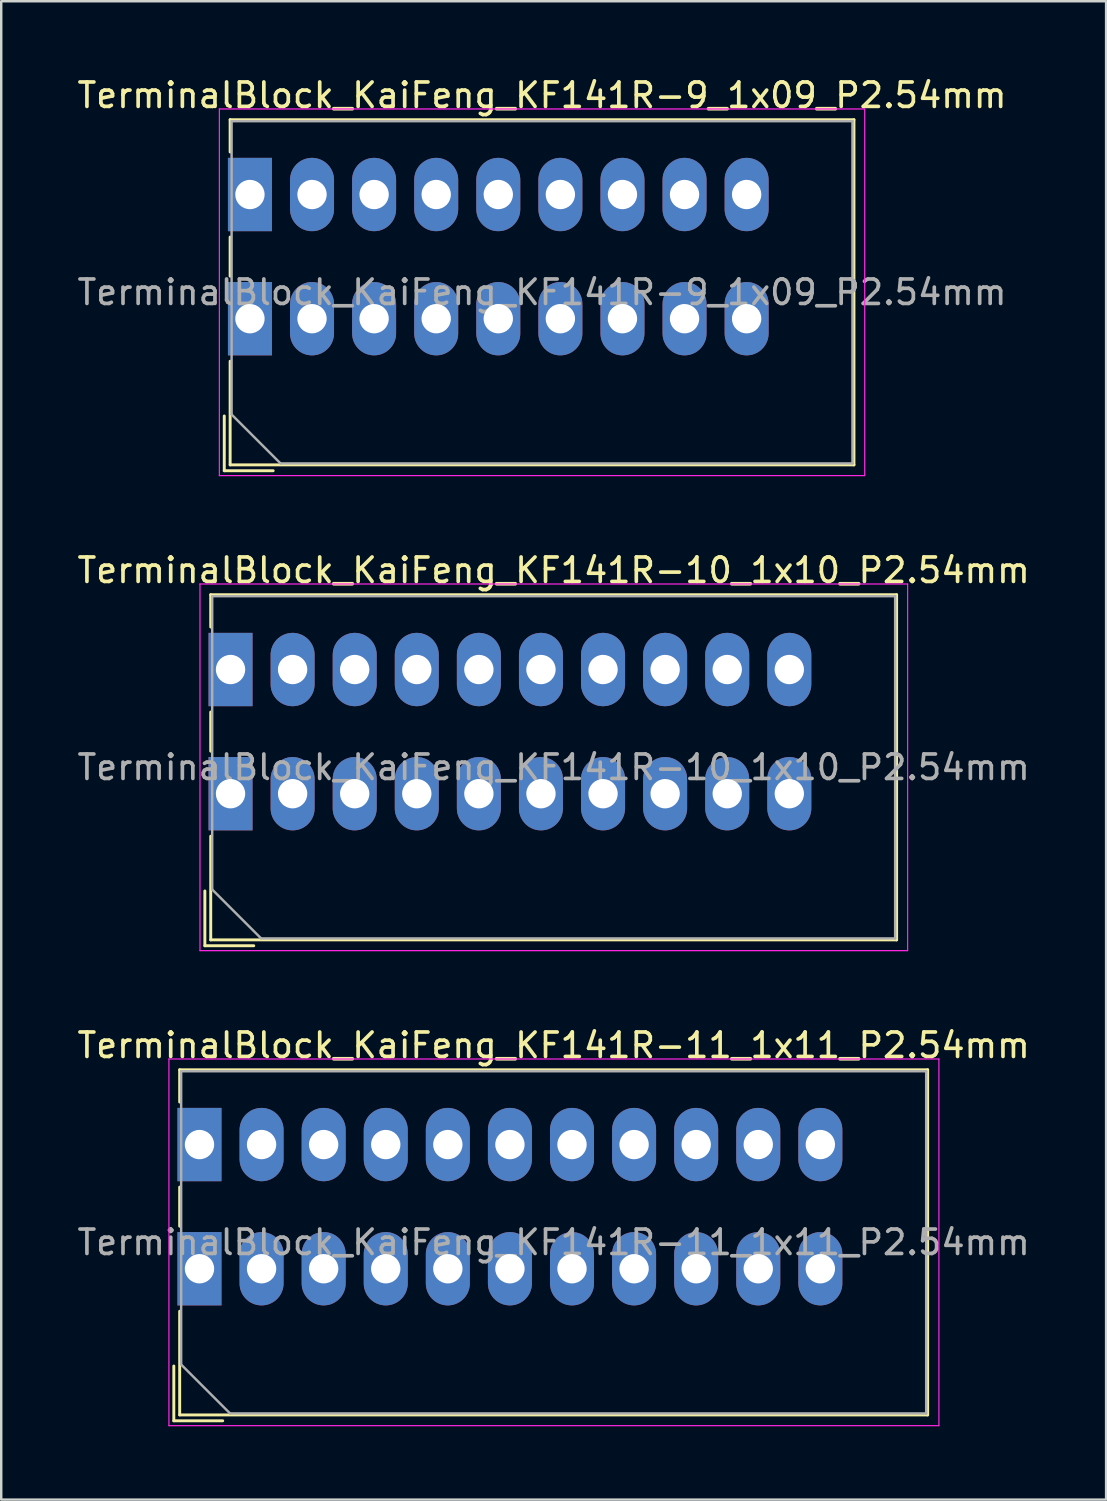
<source format=kicad_pcb>
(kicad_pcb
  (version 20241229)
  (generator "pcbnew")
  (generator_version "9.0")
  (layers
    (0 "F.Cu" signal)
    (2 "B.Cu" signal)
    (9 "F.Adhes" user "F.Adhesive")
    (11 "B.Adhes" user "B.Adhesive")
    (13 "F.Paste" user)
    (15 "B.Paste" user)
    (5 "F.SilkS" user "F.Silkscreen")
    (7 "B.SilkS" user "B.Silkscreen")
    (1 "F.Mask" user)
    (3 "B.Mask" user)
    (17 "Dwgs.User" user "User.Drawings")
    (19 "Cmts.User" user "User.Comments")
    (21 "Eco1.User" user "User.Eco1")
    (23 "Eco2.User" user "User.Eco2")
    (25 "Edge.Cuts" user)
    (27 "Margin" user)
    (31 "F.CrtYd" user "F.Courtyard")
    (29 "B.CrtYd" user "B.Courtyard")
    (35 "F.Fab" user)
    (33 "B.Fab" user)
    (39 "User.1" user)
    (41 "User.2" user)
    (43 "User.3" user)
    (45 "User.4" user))
  (footprint "TerminalBlock_KaiFeng_KF141R-11_1x11_P2.54mm"
    (layer "F.Cu")
    (at 5.111 43.775)
    (property "Reference" "TerminalBlock_KaiFeng_KF141R-11_1x11_P2.54mm" (at 14.49 -4.06 0) (layer "F.SilkS") (effects (font (size 1 1) (thickness 0.15))))
    (attr through_hole)
    (fp_line (start -1.05 9.06) (end -1.05 11.3) (stroke (width 0.12) (type solid)) (layer "F.SilkS"))
    (fp_line (start -1.05 11.3) (end 0.95 11.3) (stroke (width 0.12) (type solid)) (layer "F.SilkS"))
    (fp_line (start -0.81 -3.06) (end -0.81 -1.74) (stroke (width 0.12) (type solid)) (layer "F.SilkS"))
    (fp_line (start -0.81 -3.06) (end 29.79 -3.06) (stroke (width 0.12) (type solid)) (layer "F.SilkS"))
    (fp_line (start -0.81 1.74) (end -0.81 3.34) (stroke (width 0.12) (type solid)) (layer "F.SilkS"))
    (fp_line (start -0.81 6.82) (end -0.81 11.06) (stroke (width 0.12) (type solid)) (layer "F.SilkS"))
    (fp_line (start -0.81 11.06) (end 29.79 11.06) (stroke (width 0.12) (type solid)) (layer "F.SilkS"))
    (fp_line (start 29.79 -3.06) (end 29.79 11.06) (stroke (width 0.12) (type solid)) (layer "F.SilkS"))
    (fp_line (start -1.25 -3.5) (end -1.25 11.5) (stroke (width 0.05) (type solid)) (layer "F.CrtYd"))
    (fp_line (start -1.25 11.5) (end 30.25 11.5) (stroke (width 0.05) (type solid)) (layer "F.CrtYd"))
    (fp_line (start 30.25 -3.5) (end -1.25 -3.5) (stroke (width 0.05) (type solid)) (layer "F.CrtYd"))
    (fp_line (start 30.25 11.5) (end 30.25 -3.5) (stroke (width 0.05) (type solid)) (layer "F.CrtYd"))
    (fp_line (start -0.75 -3) (end 29.73 -3) (stroke (width 0.1) (type solid)) (layer "F.Fab"))
    (fp_line (start -0.75 9) (end -0.75 -3) (stroke (width 0.1) (type solid)) (layer "F.Fab"))
    (fp_line (start 1.25 11) (end -0.75 9) (stroke (width 0.1) (type solid)) (layer "F.Fab"))
    (fp_line (start 29.73 -3) (end 29.73 11) (stroke (width 0.1) (type solid)) (layer "F.Fab"))
    (fp_line (start 29.73 11) (end 1.25 11) (stroke (width 0.1) (type solid)) (layer "F.Fab"))
    (fp_text user "${REFERENCE}" (at 14.49 4 0) (layer "F.Fab") (effects (font (size 1 1) (thickness 0.15))))
    (pad "1" thru_hole rect (at 0 0) (size 1.8 3) (drill 1.2) (layers "*.Cu" "*.Mask"))
    (pad "1" thru_hole rect (at 0 5.08) (size 1.8 3) (drill 1.2) (layers "*.Cu" "*.Mask"))
    (pad "2" thru_hole oval (at 2.54 0) (size 1.8 3) (drill 1.2) (layers "*.Cu" "*.Mask"))
    (pad "2" thru_hole oval (at 2.54 5.08) (size 1.8 3) (drill 1.2) (layers "*.Cu" "*.Mask"))
    (pad "3" thru_hole oval (at 5.08 0) (size 1.8 3) (drill 1.2) (layers "*.Cu" "*.Mask"))
    (pad "3" thru_hole oval (at 5.08 5.08) (size 1.8 3) (drill 1.2) (layers "*.Cu" "*.Mask"))
    (pad "4" thru_hole oval (at 7.62 0) (size 1.8 3) (drill 1.2) (layers "*.Cu" "*.Mask"))
    (pad "4" thru_hole oval (at 7.62 5.08) (size 1.8 3) (drill 1.2) (layers "*.Cu" "*.Mask"))
    (pad "5" thru_hole oval (at 10.16 0) (size 1.8 3) (drill 1.2) (layers "*.Cu" "*.Mask"))
    (pad "5" thru_hole oval (at 10.16 5.08) (size 1.8 3) (drill 1.2) (layers "*.Cu" "*.Mask"))
    (pad "6" thru_hole oval (at 12.7 0) (size 1.8 3) (drill 1.2) (layers "*.Cu" "*.Mask"))
    (pad "6" thru_hole oval (at 12.7 5.08) (size 1.8 3) (drill 1.2) (layers "*.Cu" "*.Mask"))
    (pad "7" thru_hole oval (at 15.24 0) (size 1.8 3) (drill 1.2) (layers "*.Cu" "*.Mask"))
    (pad "7" thru_hole oval (at 15.24 5.08) (size 1.8 3) (drill 1.2) (layers "*.Cu" "*.Mask"))
    (pad "8" thru_hole oval (at 17.78 0) (size 1.8 3) (drill 1.2) (layers "*.Cu" "*.Mask"))
    (pad "8" thru_hole oval (at 17.78 5.08) (size 1.8 3) (drill 1.2) (layers "*.Cu" "*.Mask"))
    (pad "9" thru_hole oval (at 20.32 0) (size 1.8 3) (drill 1.2) (layers "*.Cu" "*.Mask"))
    (pad "9" thru_hole oval (at 20.32 5.08) (size 1.8 3) (drill 1.2) (layers "*.Cu" "*.Mask"))
    (pad "10" thru_hole oval (at 22.86 0) (size 1.8 3) (drill 1.2) (layers "*.Cu" "*.Mask"))
    (pad "10" thru_hole oval (at 22.86 5.08) (size 1.8 3) (drill 1.2) (layers "*.Cu" "*.Mask"))
    (pad "11" thru_hole oval (at 25.4 0) (size 1.8 3) (drill 1.2) (layers "*.Cu" "*.Mask"))
    (pad "11" thru_hole oval (at 25.4 5.08) (size 1.8 3) (drill 1.2) (layers "*.Cu" "*.Mask")))
  (footprint "TerminalBlock_KaiFeng_KF141R-9_1x09_P2.54mm"
    (layer "F.Cu")
    (at 7.175 4.908)
    (property "Reference" "TerminalBlock_KaiFeng_KF141R-9_1x09_P2.54mm" (at 11.95 -4.06 0) (layer "F.SilkS") (effects (font (size 1 1) (thickness 0.15))))
    (attr through_hole)
    (fp_line (start -1.05 9.06) (end -1.05 11.3) (stroke (width 0.12) (type solid)) (layer "F.SilkS"))
    (fp_line (start -1.05 11.3) (end 0.95 11.3) (stroke (width 0.12) (type solid)) (layer "F.SilkS"))
    (fp_line (start -0.81 -3.06) (end -0.81 -1.74) (stroke (width 0.12) (type solid)) (layer "F.SilkS"))
    (fp_line (start -0.81 -3.06) (end 24.71 -3.06) (stroke (width 0.12) (type solid)) (layer "F.SilkS"))
    (fp_line (start -0.81 1.74) (end -0.81 3.34) (stroke (width 0.12) (type solid)) (layer "F.SilkS"))
    (fp_line (start -0.81 6.82) (end -0.81 11.06) (stroke (width 0.12) (type solid)) (layer "F.SilkS"))
    (fp_line (start -0.81 11.06) (end 24.71 11.06) (stroke (width 0.12) (type solid)) (layer "F.SilkS"))
    (fp_line (start 24.71 -3.06) (end 24.71 11.06) (stroke (width 0.12) (type solid)) (layer "F.SilkS"))
    (fp_line (start -1.25 -3.5) (end -1.25 11.5) (stroke (width 0.05) (type solid)) (layer "F.CrtYd"))
    (fp_line (start -1.25 11.5) (end 25.15 11.5) (stroke (width 0.05) (type solid)) (layer "F.CrtYd"))
    (fp_line (start 25.15 -3.5) (end -1.25 -3.5) (stroke (width 0.05) (type solid)) (layer "F.CrtYd"))
    (fp_line (start 25.15 11.5) (end 25.15 -3.5) (stroke (width 0.05) (type solid)) (layer "F.CrtYd"))
    (fp_line (start -0.75 -3) (end 24.65 -3) (stroke (width 0.1) (type solid)) (layer "F.Fab"))
    (fp_line (start -0.75 9) (end -0.75 -3) (stroke (width 0.1) (type solid)) (layer "F.Fab"))
    (fp_line (start 1.25 11) (end -0.75 9) (stroke (width 0.1) (type solid)) (layer "F.Fab"))
    (fp_line (start 24.65 -3) (end 24.65 11) (stroke (width 0.1) (type solid)) (layer "F.Fab"))
    (fp_line (start 24.65 11) (end 1.25 11) (stroke (width 0.1) (type solid)) (layer "F.Fab"))
    (fp_text user "${REFERENCE}" (at 11.95 4 0) (layer "F.Fab") (effects (font (size 1 1) (thickness 0.15))))
    (pad "1" thru_hole rect (at 0 0) (size 1.8 3) (drill 1.2) (layers "*.Cu" "*.Mask"))
    (pad "1" thru_hole rect (at 0 5.08) (size 1.8 3) (drill 1.2) (layers "*.Cu" "*.Mask"))
    (pad "2" thru_hole oval (at 2.54 0) (size 1.8 3) (drill 1.2) (layers "*.Cu" "*.Mask"))
    (pad "2" thru_hole oval (at 2.54 5.08) (size 1.8 3) (drill 1.2) (layers "*.Cu" "*.Mask"))
    (pad "3" thru_hole oval (at 5.08 0) (size 1.8 3) (drill 1.2) (layers "*.Cu" "*.Mask"))
    (pad "3" thru_hole oval (at 5.08 5.08) (size 1.8 3) (drill 1.2) (layers "*.Cu" "*.Mask"))
    (pad "4" thru_hole oval (at 7.62 0) (size 1.8 3) (drill 1.2) (layers "*.Cu" "*.Mask"))
    (pad "4" thru_hole oval (at 7.62 5.08) (size 1.8 3) (drill 1.2) (layers "*.Cu" "*.Mask"))
    (pad "5" thru_hole oval (at 10.16 0) (size 1.8 3) (drill 1.2) (layers "*.Cu" "*.Mask"))
    (pad "5" thru_hole oval (at 10.16 5.08) (size 1.8 3) (drill 1.2) (layers "*.Cu" "*.Mask"))
    (pad "6" thru_hole oval (at 12.7 0) (size 1.8 3) (drill 1.2) (layers "*.Cu" "*.Mask"))
    (pad "6" thru_hole oval (at 12.7 5.08) (size 1.8 3) (drill 1.2) (layers "*.Cu" "*.Mask"))
    (pad "7" thru_hole oval (at 15.24 0) (size 1.8 3) (drill 1.2) (layers "*.Cu" "*.Mask"))
    (pad "7" thru_hole oval (at 15.24 5.08) (size 1.8 3) (drill 1.2) (layers "*.Cu" "*.Mask"))
    (pad "8" thru_hole oval (at 17.78 0) (size 1.8 3) (drill 1.2) (layers "*.Cu" "*.Mask"))
    (pad "8" thru_hole oval (at 17.78 5.08) (size 1.8 3) (drill 1.2) (layers "*.Cu" "*.Mask"))
    (pad "9" thru_hole oval (at 20.32 0) (size 1.8 3) (drill 1.2) (layers "*.Cu" "*.Mask"))
    (pad "9" thru_hole oval (at 20.32 5.08) (size 1.8 3) (drill 1.2) (layers "*.Cu" "*.Mask")))
  (footprint "TerminalBlock_KaiFeng_KF141R-10_1x10_P2.54mm"
    (layer "F.Cu")
    (at 6.381 24.341)
    (property "Reference" "TerminalBlock_KaiFeng_KF141R-10_1x10_P2.54mm" (at 13.22 -4.06 0) (layer "F.SilkS") (effects (font (size 1 1) (thickness 0.15))))
    (attr through_hole)
    (fp_line (start -1.05 9.06) (end -1.05 11.3) (stroke (width 0.12) (type solid)) (layer "F.SilkS"))
    (fp_line (start -1.05 11.3) (end 0.95 11.3) (stroke (width 0.12) (type solid)) (layer "F.SilkS"))
    (fp_line (start -0.81 -3.06) (end -0.81 -1.74) (stroke (width 0.12) (type solid)) (layer "F.SilkS"))
    (fp_line (start -0.81 -3.06) (end 27.25 -3.06) (stroke (width 0.12) (type solid)) (layer "F.SilkS"))
    (fp_line (start -0.81 1.74) (end -0.81 3.34) (stroke (width 0.12) (type solid)) (layer "F.SilkS"))
    (fp_line (start -0.81 6.82) (end -0.81 11.06) (stroke (width 0.12) (type solid)) (layer "F.SilkS"))
    (fp_line (start -0.81 11.06) (end 27.25 11.06) (stroke (width 0.12) (type solid)) (layer "F.SilkS"))
    (fp_line (start 27.25 -3.06) (end 27.25 11.06) (stroke (width 0.12) (type solid)) (layer "F.SilkS"))
    (fp_line (start -1.25 -3.5) (end -1.25 11.5) (stroke (width 0.05) (type solid)) (layer "F.CrtYd"))
    (fp_line (start -1.25 11.5) (end 27.7 11.5) (stroke (width 0.05) (type solid)) (layer "F.CrtYd"))
    (fp_line (start 27.7 -3.5) (end -1.25 -3.5) (stroke (width 0.05) (type solid)) (layer "F.CrtYd"))
    (fp_line (start 27.7 11.5) (end 27.7 -3.5) (stroke (width 0.05) (type solid)) (layer "F.CrtYd"))
    (fp_line (start -0.75 -3) (end 27.19 -3) (stroke (width 0.1) (type solid)) (layer "F.Fab"))
    (fp_line (start -0.75 9) (end -0.75 -3) (stroke (width 0.1) (type solid)) (layer "F.Fab"))
    (fp_line (start 1.25 11) (end -0.75 9) (stroke (width 0.1) (type solid)) (layer "F.Fab"))
    (fp_line (start 27.19 -3) (end 27.19 11) (stroke (width 0.1) (type solid)) (layer "F.Fab"))
    (fp_line (start 27.19 11) (end 1.25 11) (stroke (width 0.1) (type solid)) (layer "F.Fab"))
    (fp_text user "${REFERENCE}" (at 13.22 4 0) (layer "F.Fab") (effects (font (size 1 1) (thickness 0.15))))
    (pad "1" thru_hole rect (at 0 0) (size 1.8 3) (drill 1.2) (layers "*.Cu" "*.Mask"))
    (pad "1" thru_hole rect (at 0 5.08) (size 1.8 3) (drill 1.2) (layers "*.Cu" "*.Mask"))
    (pad "2" thru_hole oval (at 2.54 0) (size 1.8 3) (drill 1.2) (layers "*.Cu" "*.Mask"))
    (pad "2" thru_hole oval (at 2.54 5.08) (size 1.8 3) (drill 1.2) (layers "*.Cu" "*.Mask"))
    (pad "3" thru_hole oval (at 5.08 0) (size 1.8 3) (drill 1.2) (layers "*.Cu" "*.Mask"))
    (pad "3" thru_hole oval (at 5.08 5.08) (size 1.8 3) (drill 1.2) (layers "*.Cu" "*.Mask"))
    (pad "4" thru_hole oval (at 7.62 0) (size 1.8 3) (drill 1.2) (layers "*.Cu" "*.Mask"))
    (pad "4" thru_hole oval (at 7.62 5.08) (size 1.8 3) (drill 1.2) (layers "*.Cu" "*.Mask"))
    (pad "5" thru_hole oval (at 10.16 0) (size 1.8 3) (drill 1.2) (layers "*.Cu" "*.Mask"))
    (pad "5" thru_hole oval (at 10.16 5.08) (size 1.8 3) (drill 1.2) (layers "*.Cu" "*.Mask"))
    (pad "6" thru_hole oval (at 12.7 0) (size 1.8 3) (drill 1.2) (layers "*.Cu" "*.Mask"))
    (pad "6" thru_hole oval (at 12.7 5.08) (size 1.8 3) (drill 1.2) (layers "*.Cu" "*.Mask"))
    (pad "7" thru_hole oval (at 15.24 0) (size 1.8 3) (drill 1.2) (layers "*.Cu" "*.Mask"))
    (pad "7" thru_hole oval (at 15.24 5.08) (size 1.8 3) (drill 1.2) (layers "*.Cu" "*.Mask"))
    (pad "8" thru_hole oval (at 17.78 0) (size 1.8 3) (drill 1.2) (layers "*.Cu" "*.Mask"))
    (pad "8" thru_hole oval (at 17.78 5.08) (size 1.8 3) (drill 1.2) (layers "*.Cu" "*.Mask"))
    (pad "9" thru_hole oval (at 20.32 0) (size 1.8 3) (drill 1.2) (layers "*.Cu" "*.Mask"))
    (pad "9" thru_hole oval (at 20.32 5.08) (size 1.8 3) (drill 1.2) (layers "*.Cu" "*.Mask"))
    (pad "10" thru_hole oval (at 22.86 0) (size 1.8 3) (drill 1.2) (layers "*.Cu" "*.Mask"))
    (pad "10" thru_hole oval (at 22.86 5.08) (size 1.8 3) (drill 1.2) (layers "*.Cu" "*.Mask")))
  (gr_rect
    (start -3 -3)
    (end 42.202 58.3)
    (stroke (width 0.1) (type default))
    (fill no)
    (layer "Edge.Cuts")))
</source>
